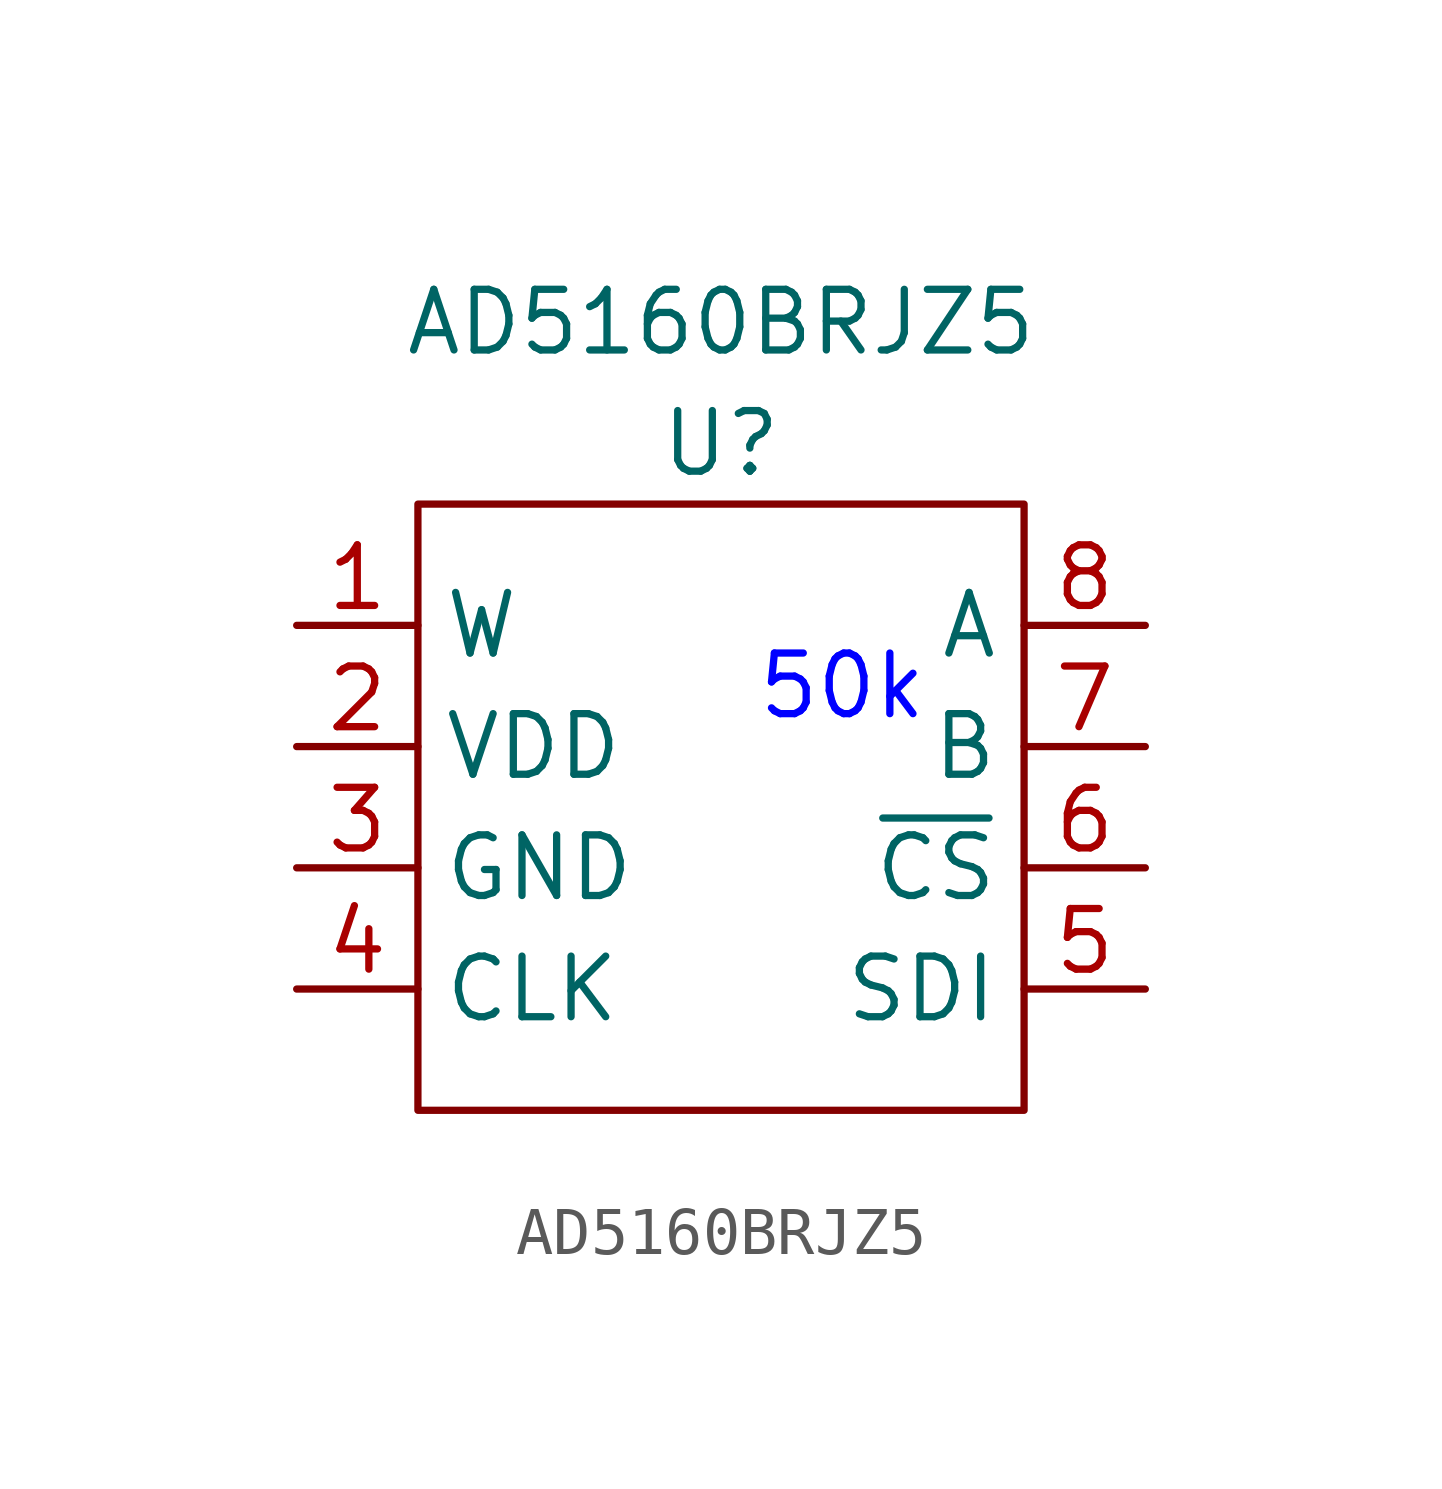
<source format=kicad_sym>
(kicad_symbol_lib
  (version 20220914)
  (generator kicad_symbol_editor)
  (symbol "AD5160BRJZ5"
    (property "Reference" "U"
      (at 0 1.27 0)
      (effects (font (size 1.27 1.27))))
    (property "Value" "AD5160BRJZ5"
      (at 0 3.81 0)
      (effects (font (size 1.27 1.27))))
    (symbol "AD5160BRJZ5_0_1"
      (rectangle (start -6.35 0) (end 6.35 -12.7) (stroke (width 0) (type default)) (fill (type none))))
    (symbol "AD5160BRJZ5_1_1"
      (text "50k" (at 2.54 -3.81 0) (effects (font (size 1.27 1.27) (color 0 0 255 1))))
      (pin bidirectional line (at -8.89 -2.54 0) (length 2.54) (name "W" (effects (font (size 1.27 1.27)))) (number "1" (effects (font (size 1.27 1.27)))))
      (pin power_in line (at -8.89 -5.08 0) (length 2.54) (name "VDD" (effects (font (size 1.27 1.27)))) (number "2" (effects (font (size 1.27 1.27)))))
      (pin power_in line (at -8.89 -7.62 0) (length 2.54) (name "GND" (effects (font (size 1.27 1.27)))) (number "3" (effects (font (size 1.27 1.27)))))
      (pin input line (at -8.89 -10.16 0) (length 2.54) (name "CLK" (effects (font (size 1.27 1.27)))) (number "4" (effects (font (size 1.27 1.27)))))
      (pin input line (at 8.89 -10.16 180) (length 2.54) (name "SDI" (effects (font (size 1.27 1.27)))) (number "5" (effects (font (size 1.27 1.27)))))
      (pin input line (at 8.89 -7.62 180) (length 2.54) (name "~{CS}" (effects (font (size 1.27 1.27)))) (number "6" (effects (font (size 1.27 1.27)))))
      (pin bidirectional line (at 8.89 -5.08 180) (length 2.54) (name "B" (effects (font (size 1.27 1.27)))) (number "7" (effects (font (size 1.27 1.27)))))
      (pin bidirectional line (at 8.89 -2.54 180) (length 2.54) (name "A" (effects (font (size 1.27 1.27)))) (number "8" (effects (font (size 1.27 1.27))))))))
</source>
